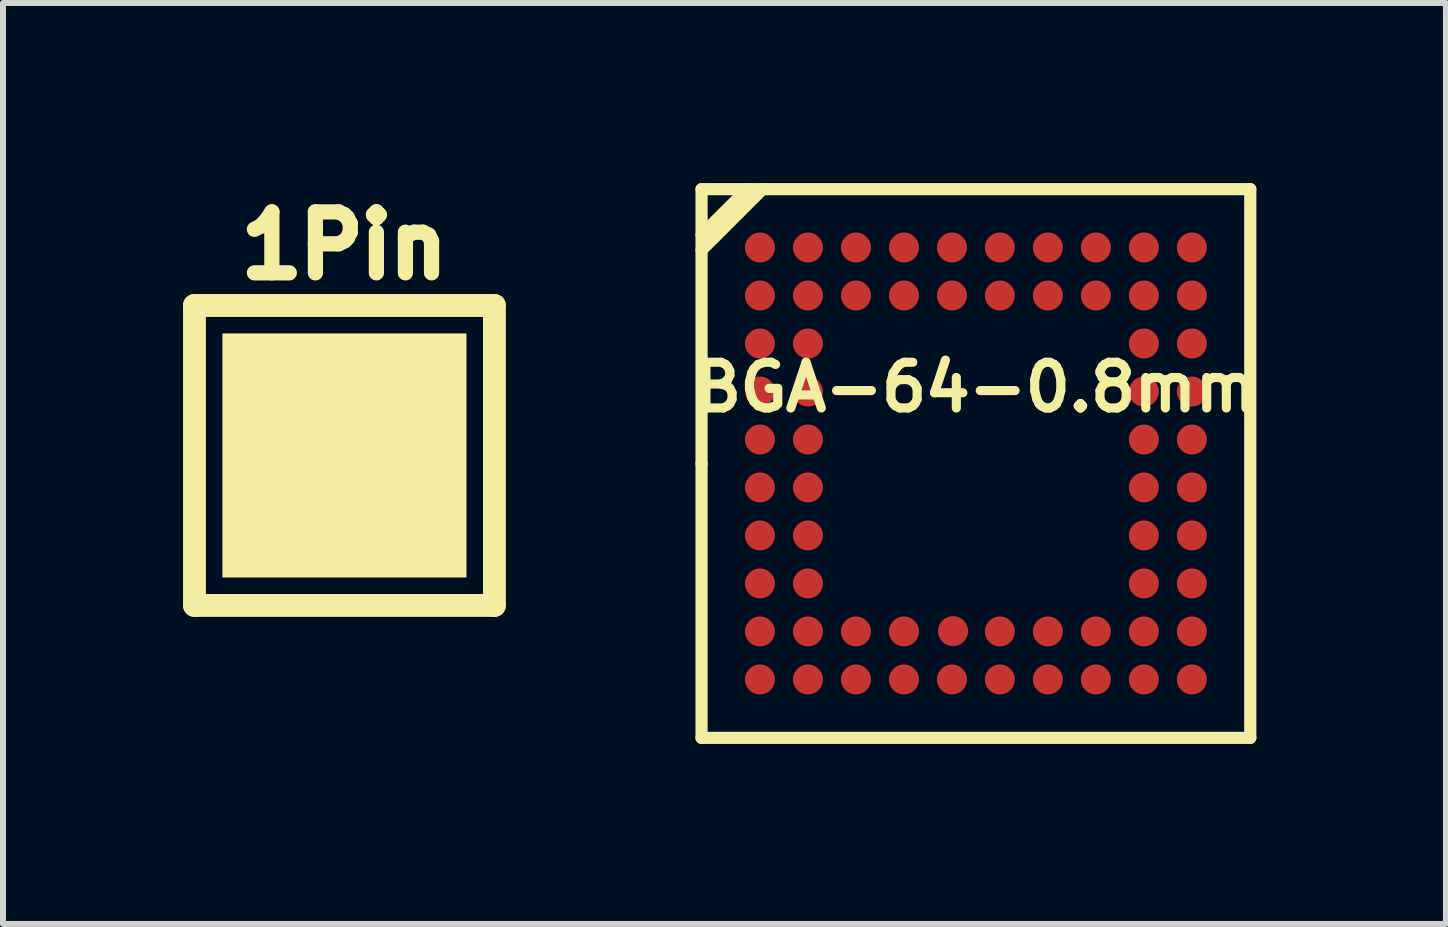
<source format=kicad_pcb>
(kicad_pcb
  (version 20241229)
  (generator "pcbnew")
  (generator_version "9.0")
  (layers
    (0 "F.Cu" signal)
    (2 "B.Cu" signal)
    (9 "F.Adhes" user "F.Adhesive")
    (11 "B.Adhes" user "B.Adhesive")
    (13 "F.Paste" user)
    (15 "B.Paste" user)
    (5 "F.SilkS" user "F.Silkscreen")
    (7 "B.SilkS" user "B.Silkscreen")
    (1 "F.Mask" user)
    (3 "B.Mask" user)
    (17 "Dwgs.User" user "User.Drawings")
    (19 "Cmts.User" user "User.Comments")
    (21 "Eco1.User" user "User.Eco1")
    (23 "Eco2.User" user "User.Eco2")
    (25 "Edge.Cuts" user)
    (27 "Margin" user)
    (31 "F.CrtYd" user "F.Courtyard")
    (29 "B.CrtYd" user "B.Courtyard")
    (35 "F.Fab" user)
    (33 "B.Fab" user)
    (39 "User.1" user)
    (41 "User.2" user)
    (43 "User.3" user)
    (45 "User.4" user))
  (footprint "BGA-64-0.8mm"
    (layer "F.Cu")
    (at 13.213 4.674)
    (property "Reference" "BGA-64-0.8mm" (at 0 -1.27 0) (layer "F.SilkS") (effects (font (size 0.762 0.762) (thickness 0.152))))
    (attr smd)
    (fp_line (start -4.572 -4.572) (end 4.572 -4.572) (stroke (width 0.203) (type solid)) (layer "F.SilkS"))
    (fp_line (start -4.572 -3.81) (end -3.81 -4.572) (stroke (width 0.203) (type solid)) (layer "F.SilkS"))
    (fp_line (start -4.572 -3.556) (end -3.556 -4.572) (stroke (width 0.203) (type solid)) (layer "F.SilkS"))
    (fp_line (start -4.572 0) (end -4.572 -4.572) (stroke (width 0.203) (type solid)) (layer "F.SilkS"))
    (fp_line (start -4.572 4.572) (end -4.572 0) (stroke (width 0.203) (type solid)) (layer "F.SilkS"))
    (fp_line (start 4.572 -4.572) (end 4.572 4.572) (stroke (width 0.203) (type solid)) (layer "F.SilkS"))
    (fp_line (start 4.572 4.572) (end -4.572 4.572) (stroke (width 0.203) (type solid)) (layer "F.SilkS"))
    (pad "A1" smd circle (at -3.599 -3.599) (size 0.5 0.5) (layers "F.Cu" "F.Mask" "F.Paste"))
    (pad "A2" smd circle (at -2.799 -3.599) (size 0.5 0.5) (layers "F.Cu" "F.Mask" "F.Paste"))
    (pad "A3" smd circle (at -1.999 -3.599) (size 0.5 0.5) (layers "F.Cu" "F.Mask" "F.Paste"))
    (pad "A4" smd circle (at -1.199 -3.599) (size 0.5 0.5) (layers "F.Cu" "F.Mask" "F.Paste"))
    (pad "A5" smd circle (at -0.399 -3.599) (size 0.5 0.5) (layers "F.Cu" "F.Mask" "F.Paste"))
    (pad "A6" smd circle (at 0.399 -3.599) (size 0.5 0.5) (layers "F.Cu" "F.Mask" "F.Paste"))
    (pad "A7" smd circle (at 1.199 -3.599) (size 0.5 0.5) (layers "F.Cu" "F.Mask" "F.Paste"))
    (pad "A8" smd circle (at 1.999 -3.599) (size 0.5 0.5) (layers "F.Cu" "F.Mask" "F.Paste"))
    (pad "A9" smd circle (at 2.799 -3.599) (size 0.5 0.5) (layers "F.Cu" "F.Mask" "F.Paste"))
    (pad "A10" smd circle (at 3.599 -3.599) (size 0.5 0.5) (layers "F.Cu" "F.Mask" "F.Paste"))
    (pad "B1" smd circle (at -3.599 -2.799) (size 0.5 0.5) (layers "F.Cu" "F.Mask" "F.Paste"))
    (pad "B2" smd circle (at -2.799 -2.799) (size 0.5 0.5) (layers "F.Cu" "F.Mask" "F.Paste"))
    (pad "B3" smd circle (at -1.999 -2.799) (size 0.5 0.5) (layers "F.Cu" "F.Mask" "F.Paste"))
    (pad "B4" smd circle (at -1.199 -2.799) (size 0.5 0.5) (layers "F.Cu" "F.Mask" "F.Paste"))
    (pad "B5" smd circle (at -0.399 -2.799) (size 0.5 0.5) (layers "F.Cu" "F.Mask" "F.Paste"))
    (pad "B6" smd circle (at 0.399 -2.799) (size 0.5 0.5) (layers "F.Cu" "F.Mask" "F.Paste"))
    (pad "B7" smd circle (at 1.199 -2.799) (size 0.5 0.5) (layers "F.Cu" "F.Mask" "F.Paste"))
    (pad "B8" smd circle (at 1.999 -2.799) (size 0.5 0.5) (layers "F.Cu" "F.Mask" "F.Paste"))
    (pad "B9" smd circle (at 2.799 -2.799) (size 0.5 0.5) (layers "F.Cu" "F.Mask" "F.Paste"))
    (pad "B10" smd circle (at 3.599 -2.799) (size 0.5 0.5) (layers "F.Cu" "F.Mask" "F.Paste"))
    (pad "C1" smd circle (at -3.599 -1.999) (size 0.5 0.5) (layers "F.Cu" "F.Mask" "F.Paste"))
    (pad "C2" smd circle (at -2.799 -1.999) (size 0.5 0.5) (layers "F.Cu" "F.Mask" "F.Paste"))
    (pad "C9" smd circle (at 2.799 -1.999) (size 0.5 0.5) (layers "F.Cu" "F.Mask" "F.Paste"))
    (pad "C10" smd circle (at 3.599 -1.999) (size 0.5 0.5) (layers "F.Cu" "F.Mask" "F.Paste"))
    (pad "D1" smd circle (at -3.599 -1.199) (size 0.5 0.5) (layers "F.Cu" "F.Mask" "F.Paste"))
    (pad "D2" smd circle (at -2.799 -1.199) (size 0.5 0.5) (layers "F.Cu" "F.Mask" "F.Paste"))
    (pad "D9" smd circle (at 2.799 -1.199) (size 0.5 0.5) (layers "F.Cu" "F.Mask" "F.Paste"))
    (pad "D10" smd circle (at 3.599 -1.199) (size 0.5 0.5) (layers "F.Cu" "F.Mask" "F.Paste"))
    (pad "E1" smd circle (at -3.599 -0.399) (size 0.5 0.5) (layers "F.Cu" "F.Mask" "F.Paste"))
    (pad "E2" smd circle (at -2.799 -0.399) (size 0.5 0.5) (layers "F.Cu" "F.Mask" "F.Paste"))
    (pad "E9" smd circle (at 2.799 -0.399) (size 0.5 0.5) (layers "F.Cu" "F.Mask" "F.Paste"))
    (pad "E10" smd circle (at 3.599 -0.399) (size 0.5 0.5) (layers "F.Cu" "F.Mask" "F.Paste"))
    (pad "F1" smd circle (at -3.599 0.399) (size 0.5 0.5) (layers "F.Cu" "F.Mask" "F.Paste"))
    (pad "F2" smd circle (at -2.799 0.399) (size 0.5 0.5) (layers "F.Cu" "F.Mask" "F.Paste"))
    (pad "F9" smd circle (at 2.799 0.399) (size 0.5 0.5) (layers "F.Cu" "F.Mask" "F.Paste"))
    (pad "F10" smd circle (at 3.599 0.399) (size 0.5 0.5) (layers "F.Cu" "F.Mask" "F.Paste"))
    (pad "G1" smd circle (at -3.599 1.199) (size 0.5 0.5) (layers "F.Cu" "F.Mask" "F.Paste"))
    (pad "G2" smd circle (at -2.799 1.199) (size 0.5 0.5) (layers "F.Cu" "F.Mask" "F.Paste"))
    (pad "G9" smd circle (at 2.799 1.199) (size 0.5 0.5) (layers "F.Cu" "F.Mask" "F.Paste"))
    (pad "G10" smd circle (at 3.599 1.199) (size 0.5 0.5) (layers "F.Cu" "F.Mask" "F.Paste"))
    (pad "H1" smd circle (at -3.599 1.999) (size 0.5 0.5) (layers "F.Cu" "F.Mask" "F.Paste"))
    (pad "H2" smd circle (at -2.799 1.999) (size 0.5 0.5) (layers "F.Cu" "F.Mask" "F.Paste"))
    (pad "H9" smd circle (at 2.799 1.999) (size 0.5 0.5) (layers "F.Cu" "F.Mask" "F.Paste"))
    (pad "H10" smd circle (at 3.599 1.999) (size 0.5 0.5) (layers "F.Cu" "F.Mask" "F.Paste"))
    (pad "J1" smd circle (at -3.599 2.799) (size 0.5 0.5) (layers "F.Cu" "F.Mask" "F.Paste"))
    (pad "J2" smd circle (at -2.799 2.799) (size 0.5 0.5) (layers "F.Cu" "F.Mask" "F.Paste"))
    (pad "J3" smd circle (at -1.999 2.799) (size 0.5 0.5) (layers "F.Cu" "F.Mask" "F.Paste"))
    (pad "J4" smd circle (at -1.199 2.799) (size 0.5 0.5) (layers "F.Cu" "F.Mask" "F.Paste"))
    (pad "J5" smd circle (at -0.381 2.794) (size 0.5 0.5) (layers "F.Cu" "F.Mask" "F.Paste"))
    (pad "J6" smd circle (at 0.399 2.799) (size 0.5 0.5) (layers "F.Cu" "F.Mask" "F.Paste"))
    (pad "J7" smd circle (at 1.199 2.799) (size 0.5 0.5) (layers "F.Cu" "F.Mask" "F.Paste"))
    (pad "J8" smd circle (at 1.999 2.799) (size 0.5 0.5) (layers "F.Cu" "F.Mask" "F.Paste"))
    (pad "J9" smd circle (at 2.799 2.799) (size 0.5 0.5) (layers "F.Cu" "F.Mask" "F.Paste"))
    (pad "J10" smd circle (at 3.599 2.799) (size 0.5 0.5) (layers "F.Cu" "F.Mask" "F.Paste"))
    (pad "K1" smd circle (at -3.599 3.599) (size 0.5 0.5) (layers "F.Cu" "F.Mask" "F.Paste"))
    (pad "K2" smd circle (at -2.799 3.599) (size 0.5 0.5) (layers "F.Cu" "F.Mask" "F.Paste"))
    (pad "K3" smd circle (at -1.999 3.599) (size 0.5 0.5) (layers "F.Cu" "F.Mask" "F.Paste"))
    (pad "K4" smd circle (at -1.199 3.599) (size 0.5 0.5) (layers "F.Cu" "F.Mask" "F.Paste"))
    (pad "K5" smd circle (at -0.399 3.599) (size 0.5 0.5) (layers "F.Cu" "F.Mask" "F.Paste"))
    (pad "K6" smd circle (at 0.399 3.599) (size 0.5 0.5) (layers "F.Cu" "F.Mask" "F.Paste"))
    (pad "K7" smd circle (at 1.199 3.599) (size 0.5 0.5) (layers "F.Cu" "F.Mask" "F.Paste"))
    (pad "K8" smd circle (at 1.999 3.599) (size 0.5 0.5) (layers "F.Cu" "F.Mask" "F.Paste"))
    (pad "K9" smd circle (at 2.799 3.599) (size 0.5 0.5) (layers "F.Cu" "F.Mask" "F.Paste"))
    (pad "K10" smd circle (at 3.599 3.599) (size 0.5 0.5) (layers "F.Cu" "F.Mask" "F.Paste")))
  (footprint "1Pin"
    (layer "F.Cu")
    (at 2.69 4.54)
    (property "Reference" "1Pin" (at 0 -3.5 0) (layer "F.SilkS") (effects (font (size 1.016 1.016) (thickness 0.254))))
    (attr through_hole)
    (fp_line (start -2.499 -2.499) (end 2.499 -2.499) (stroke (width 0.381) (type solid)) (layer "F.SilkS"))
    (fp_line (start -2.499 2.499) (end -2.499 -2.499) (stroke (width 0.381) (type solid)) (layer "F.SilkS"))
    (fp_line (start 2.499 -2.499) (end 2.499 2.499) (stroke (width 0.381) (type solid)) (layer "F.SilkS"))
    (fp_line (start 2.499 2.499) (end -2.499 2.499) (stroke (width 0.381) (type solid)) (layer "F.SilkS"))
    (pad "1" smd rect (at 0 0) (size 4.064 4.064) (layers "F.Cu" "F.Mask" "F.SilkS" "F.Paste")))
  (gr_rect
    (start -3 -3)
    (end 21.046 12.347)
    (stroke (width 0.1) (type default))
    (fill no)
    (layer "Edge.Cuts")))
</source>
